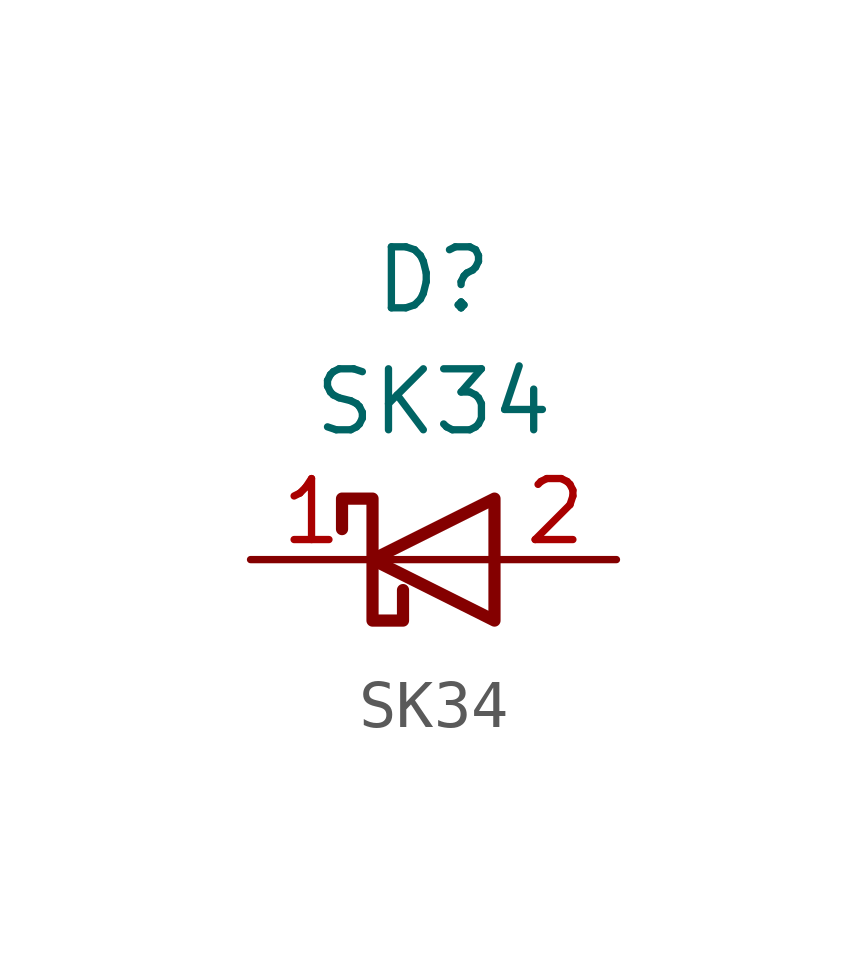
<source format=kicad_sym>
(kicad_symbol_lib
  (version 20220914)
  (generator kicad_symbol_editor)
  (symbol "SK34"
    (pin_names hide)
    (property "Reference" "D"
      (at 0 5.08 0)
      (effects (font (size 1.27 1.27)) (justify bottom)))
    (property "Value" "SK34"
      (at 0 2.54 0)
      (effects (font (size 1.27 1.27)) (justify bottom)))
    (symbol "SK34_0_1"
      (polyline (pts (xy 1.27 0) (xy -1.27 0)) (stroke (width 0) (type default)) (fill (type none)))
      (polyline (pts (xy 1.27 1.27) (xy 1.27 -1.27) (xy -1.27 0) (xy 1.27 1.27)) (stroke (width 0.254) (type default)) (fill (type none)))
      (polyline (pts (xy -1.905 0.635) (xy -1.905 1.27) (xy -1.27 1.27) (xy -1.27 -1.27) (xy -0.635 -1.27) (xy -0.635 -0.635)) (stroke (width 0.254) (type default)) (fill (type none))))
    (symbol "SK34_1_1"
      (pin passive line (at -3.81 0 0) (length 2.54) (name "K" (effects (font (size 1.27 1.27)))) (number "1" (effects (font (size 1.27 1.27)))))
      (pin passive line (at 3.81 0 180) (length 2.54) (name "A" (effects (font (size 1.27 1.27)))) (number "2" (effects (font (size 1.27 1.27))))))))
</source>
